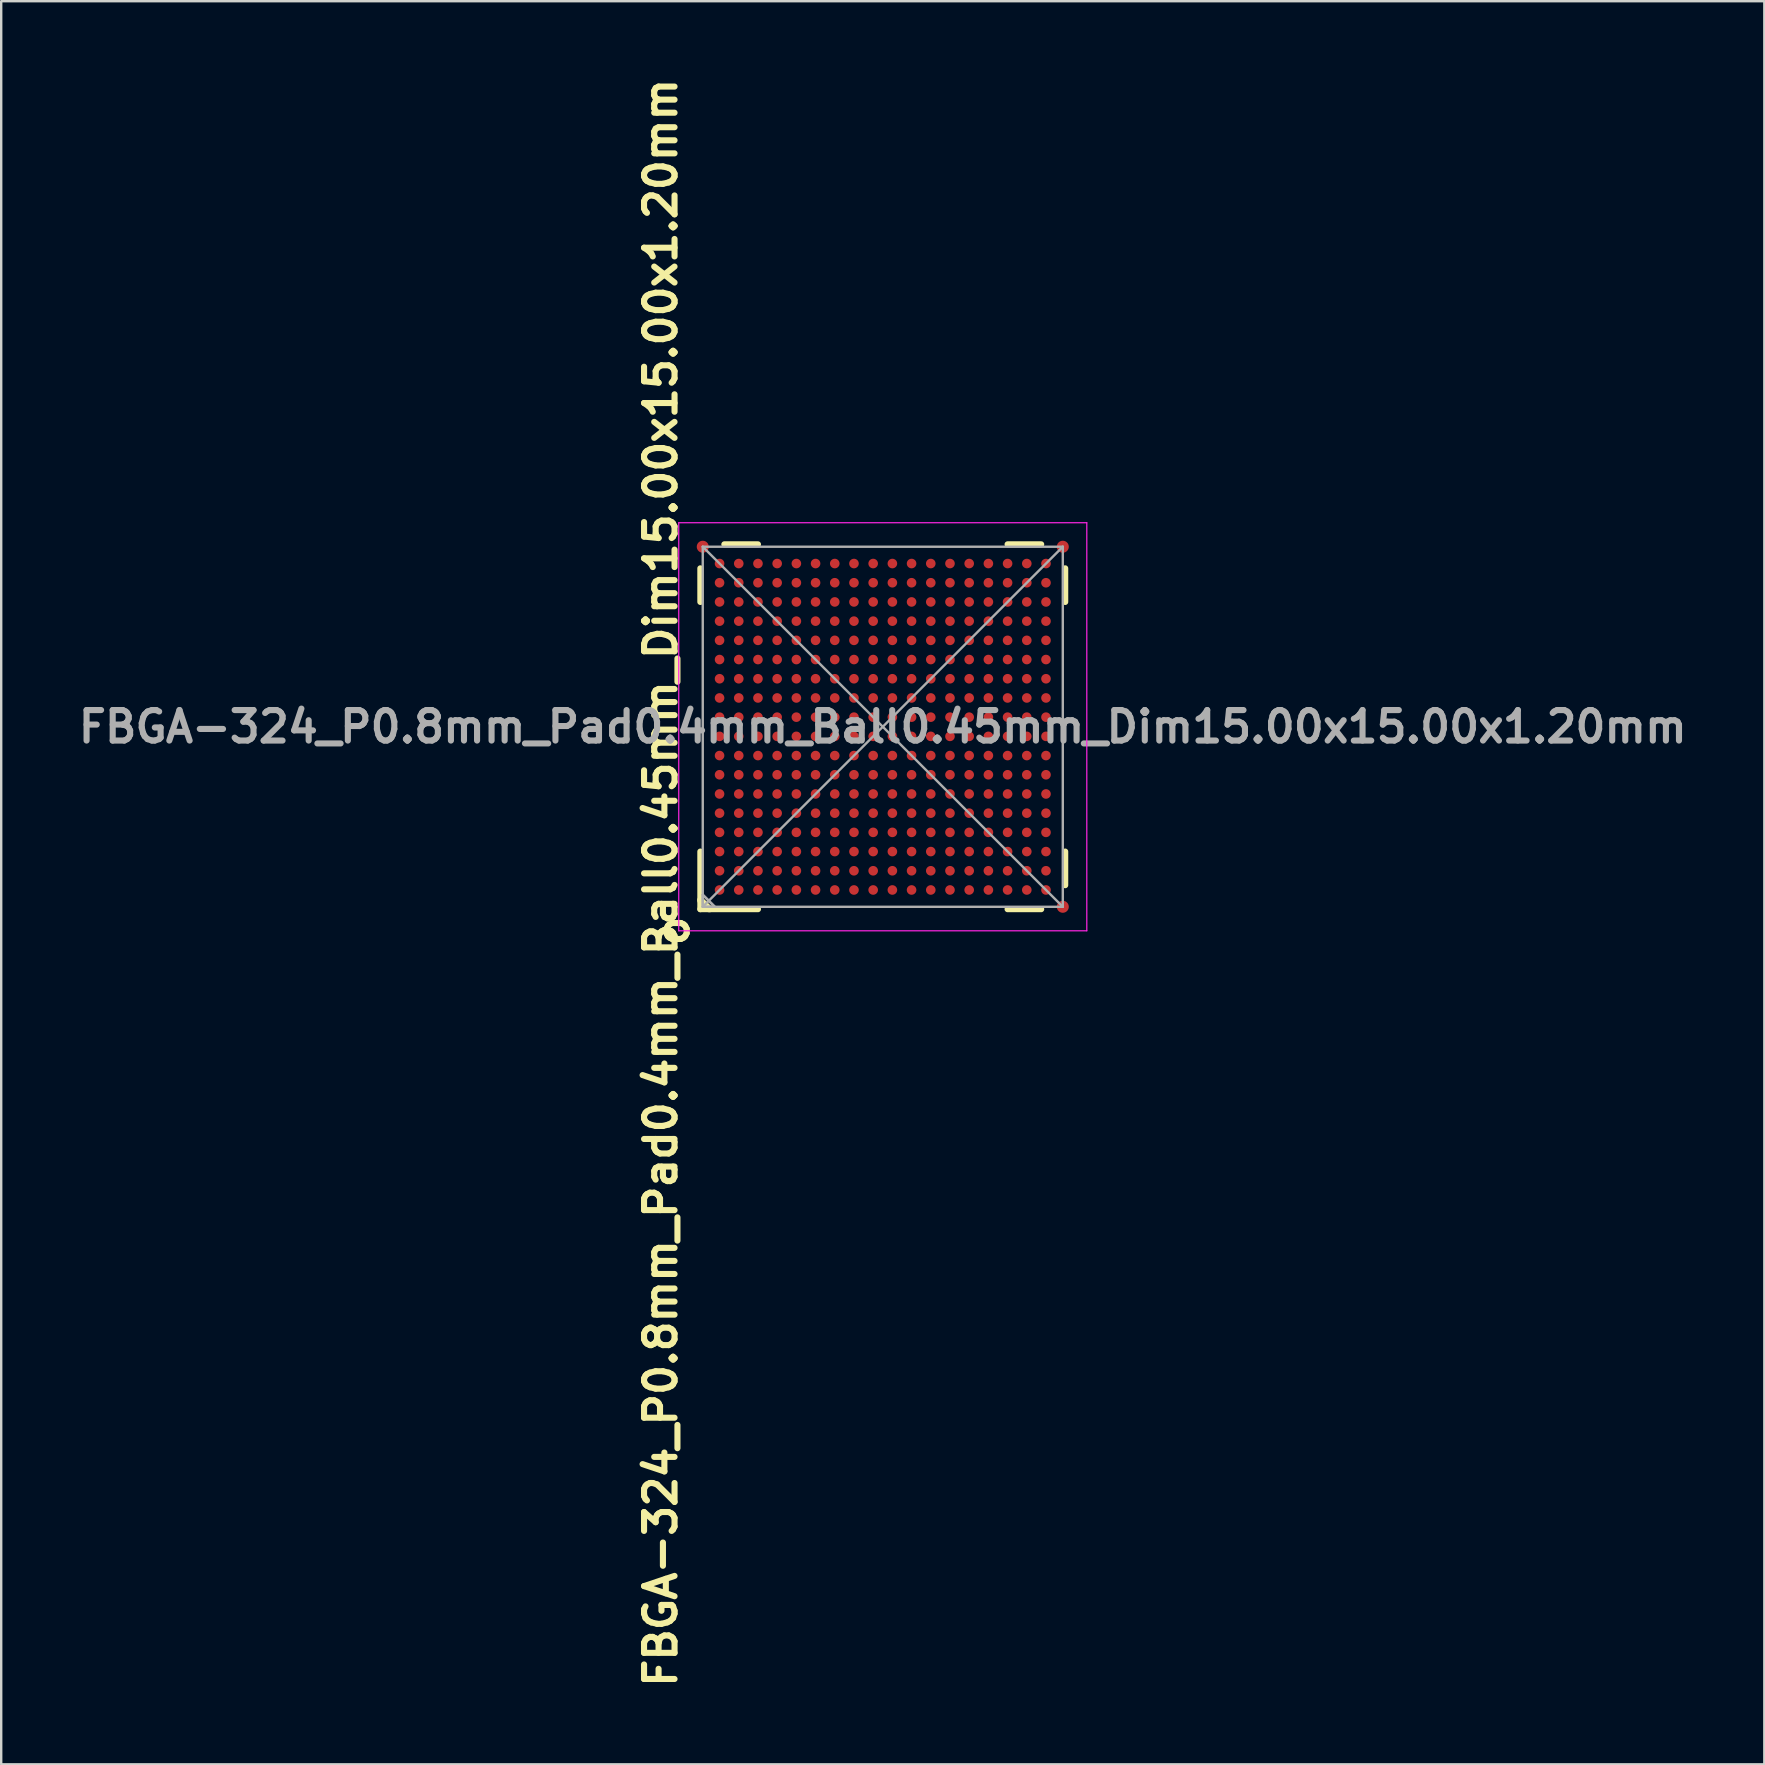
<source format=kicad_pcb>
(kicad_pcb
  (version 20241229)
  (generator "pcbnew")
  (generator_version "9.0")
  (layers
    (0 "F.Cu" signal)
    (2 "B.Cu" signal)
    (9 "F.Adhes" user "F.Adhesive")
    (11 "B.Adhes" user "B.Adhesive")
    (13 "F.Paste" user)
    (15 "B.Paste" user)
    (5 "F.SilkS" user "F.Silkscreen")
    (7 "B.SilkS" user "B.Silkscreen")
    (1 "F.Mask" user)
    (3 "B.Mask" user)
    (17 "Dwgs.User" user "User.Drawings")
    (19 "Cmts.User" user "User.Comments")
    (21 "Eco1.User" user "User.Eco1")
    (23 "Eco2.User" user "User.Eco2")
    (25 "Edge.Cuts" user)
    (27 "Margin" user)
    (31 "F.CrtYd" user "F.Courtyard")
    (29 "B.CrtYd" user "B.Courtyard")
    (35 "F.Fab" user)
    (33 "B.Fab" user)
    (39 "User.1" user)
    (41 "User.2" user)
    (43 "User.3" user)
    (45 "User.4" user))
  (footprint "FBGA-324_P0.8mm_Pad0.4mm_Ball0.45mm_Dim15.00x15.00x1.20mm"
    (layer "F.Cu")
    (at 33.728 27.228)
    (property "Reference" "FBGA-324_P0.8mm_Pad0.4mm_Ball0.45mm_Dim15.00x15.00x1.20mm" (at -9.25 6.5 90) (layer "F.SilkS") (effects (font (size 1.27 1.27) (thickness 0.254) (bold yes))))
    (attr smd)
    (fp_line (start -7.6 -5.2) (end -7.6 -6.6) (stroke (width 0.254) (type solid)) (layer "F.SilkS"))
    (fp_line (start -7.6 7.2) (end -7.2 7.6) (stroke (width 0.254) (type default)) (layer "F.SilkS"))
    (fp_line (start -7.6 7.25) (end -7.25 7.6) (stroke (width 0.254) (type default)) (layer "F.SilkS"))
    (fp_line (start -7.6 7.6) (end -7.6 5.2) (stroke (width 0.254) (type solid)) (layer "F.SilkS"))
    (fp_line (start -6.6 -7.6) (end -5.2 -7.6) (stroke (width 0.254) (type solid)) (layer "F.SilkS"))
    (fp_line (start -5.2 7.6) (end -7.6 7.6) (stroke (width 0.254) (type solid)) (layer "F.SilkS"))
    (fp_line (start 5.2 -7.6) (end 6.6 -7.6) (stroke (width 0.254) (type solid)) (layer "F.SilkS"))
    (fp_line (start 6.6 7.6) (end 5.2 7.6) (stroke (width 0.254) (type solid)) (layer "F.SilkS"))
    (fp_line (start 7.6 -6.6) (end 7.6 -5.2) (stroke (width 0.254) (type solid)) (layer "F.SilkS"))
    (fp_line (start 7.6 5.2) (end 7.6 6.6) (stroke (width 0.254) (type solid)) (layer "F.SilkS"))
    (fp_line (start -8.5 -8.5) (end -8.5 8.5) (stroke (width 0.05) (type solid)) (layer "F.CrtYd"))
    (fp_line (start -8.5 8.5) (end 8.5 8.5) (stroke (width 0.05) (type solid)) (layer "F.CrtYd"))
    (fp_line (start 8.5 -8.5) (end -8.5 -8.5) (stroke (width 0.05) (type solid)) (layer "F.CrtYd"))
    (fp_line (start 8.5 8.5) (end 8.5 -8.5) (stroke (width 0.05) (type solid)) (layer "F.CrtYd"))
    (fp_line (start -7.5 -7.5) (end 7.5 -7.5) (stroke (width 0.1) (type solid)) (layer "F.Fab"))
    (fp_line (start -7.5 -7.5) (end 7.5 7.5) (stroke (width 0.1) (type default)) (layer "F.Fab"))
    (fp_line (start -7.5 7.5) (end -7.5 -7.5) (stroke (width 0.1) (type solid)) (layer "F.Fab"))
    (fp_line (start -7 7.5) (end -7.5 7) (stroke (width 0.1) (type solid)) (layer "F.Fab"))
    (fp_line (start 7.5 -7.5) (end -7.5 7.5) (stroke (width 0.1) (type default)) (layer "F.Fab"))
    (fp_line (start 7.5 -7.5) (end 7.5 7.5) (stroke (width 0.1) (type solid)) (layer "F.Fab"))
    (fp_line (start 7.5 7.5) (end -7.5 7.5) (stroke (width 0.1) (type solid)) (layer "F.Fab"))
    (fp_poly (pts (xy -7.5 7) (xy -7.5 7.5) (xy -7 7.5)) (stroke (width 0.1) (type solid)) (fill no) (layer "F.Fab"))
    (fp_text user "o" (at -8 9.25 90) (unlocked yes) (layer "F.SilkS") (effects (font (size 1.27 1.27) (thickness 0.254) (bold yes)) (justify left bottom)))
    (fp_text user "${REFERENCE}" (at 0 0 180) (layer "F.Fab") (effects (font (size 1.27 1.27) (thickness 0.254) (bold yes))))
    (pad "" smd rect (at -6.8 -6.8 90) (size 0.42 0.42) (layers "F.Paste"))
    (pad "" smd rect (at -6.8 -6 90) (size 0.42 0.42) (layers "F.Paste"))
    (pad "" smd rect (at -6.8 -5.2 90) (size 0.42 0.42) (layers "F.Paste"))
    (pad "" smd rect (at -6.8 -4.4 90) (size 0.42 0.42) (layers "F.Paste"))
    (pad "" smd rect (at -6.8 -3.6 90) (size 0.42 0.42) (layers "F.Paste"))
    (pad "" smd rect (at -6.8 -2.8 90) (size 0.42 0.42) (layers "F.Paste"))
    (pad "" smd rect (at -6.8 -2 90) (size 0.42 0.42) (layers "F.Paste"))
    (pad "" smd rect (at -6.8 -1.2 90) (size 0.42 0.42) (layers "F.Paste"))
    (pad "" smd rect (at -6.8 -0.4 90) (size 0.42 0.42) (layers "F.Paste"))
    (pad "" smd rect (at -6.8 0.4 90) (size 0.42 0.42) (layers "F.Paste"))
    (pad "" smd rect (at -6.8 1.2 90) (size 0.42 0.42) (layers "F.Paste"))
    (pad "" smd rect (at -6.8 2 90) (size 0.42 0.42) (layers "F.Paste"))
    (pad "" smd rect (at -6.8 2.8 90) (size 0.42 0.42) (layers "F.Paste"))
    (pad "" smd rect (at -6.8 3.6 90) (size 0.42 0.42) (layers "F.Paste"))
    (pad "" smd rect (at -6.8 4.4 90) (size 0.42 0.42) (layers "F.Paste"))
    (pad "" smd rect (at -6.8 5.2 90) (size 0.42 0.42) (layers "F.Paste"))
    (pad "" smd rect (at -6.8 6 90) (size 0.42 0.42) (layers "F.Paste"))
    (pad "" smd rect (at -6.8 6.8 90) (size 0.42 0.42) (layers "F.Paste"))
    (pad "" smd rect (at -6 -6.8 90) (size 0.42 0.42) (layers "F.Paste"))
    (pad "" smd rect (at -6 -6 90) (size 0.42 0.42) (layers "F.Paste"))
    (pad "" smd rect (at -6 -5.2 90) (size 0.42 0.42) (layers "F.Paste"))
    (pad "" smd rect (at -6 -4.4 90) (size 0.42 0.42) (layers "F.Paste"))
    (pad "" smd rect (at -6 -3.6 90) (size 0.42 0.42) (layers "F.Paste"))
    (pad "" smd rect (at -6 -2.8 90) (size 0.42 0.42) (layers "F.Paste"))
    (pad "" smd rect (at -6 -2 90) (size 0.42 0.42) (layers "F.Paste"))
    (pad "" smd rect (at -6 -1.2 90) (size 0.42 0.42) (layers "F.Paste"))
    (pad "" smd rect (at -6 -0.4 90) (size 0.42 0.42) (layers "F.Paste"))
    (pad "" smd rect (at -6 0.4 90) (size 0.42 0.42) (layers "F.Paste"))
    (pad "" smd rect (at -6 1.2 90) (size 0.42 0.42) (layers "F.Paste"))
    (pad "" smd rect (at -6 2 90) (size 0.42 0.42) (layers "F.Paste"))
    (pad "" smd rect (at -6 2.8 90) (size 0.42 0.42) (layers "F.Paste"))
    (pad "" smd rect (at -6 3.6 90) (size 0.42 0.42) (layers "F.Paste"))
    (pad "" smd rect (at -6 4.4 90) (size 0.42 0.42) (layers "F.Paste"))
    (pad "" smd rect (at -6 5.2 90) (size 0.42 0.42) (layers "F.Paste"))
    (pad "" smd rect (at -6 6 90) (size 0.42 0.42) (layers "F.Paste"))
    (pad "" smd rect (at -6 6.8 90) (size 0.42 0.42) (layers "F.Paste"))
    (pad "" smd rect (at -5.2 -6.8 90) (size 0.42 0.42) (layers "F.Paste"))
    (pad "" smd rect (at -5.2 -6 90) (size 0.42 0.42) (layers "F.Paste"))
    (pad "" smd rect (at -5.2 -5.2 90) (size 0.42 0.42) (layers "F.Paste"))
    (pad "" smd rect (at -5.2 -4.4 90) (size 0.42 0.42) (layers "F.Paste"))
    (pad "" smd rect (at -5.2 -3.6 90) (size 0.42 0.42) (layers "F.Paste"))
    (pad "" smd rect (at -5.2 -2.8 90) (size 0.42 0.42) (layers "F.Paste"))
    (pad "" smd rect (at -5.2 -2 90) (size 0.42 0.42) (layers "F.Paste"))
    (pad "" smd rect (at -5.2 -1.2 90) (size 0.42 0.42) (layers "F.Paste"))
    (pad "" smd rect (at -5.2 -0.4 90) (size 0.42 0.42) (layers "F.Paste"))
    (pad "" smd rect (at -5.2 0.4 90) (size 0.42 0.42) (layers "F.Paste"))
    (pad "" smd rect (at -5.2 1.2 90) (size 0.42 0.42) (layers "F.Paste"))
    (pad "" smd rect (at -5.2 2 90) (size 0.42 0.42) (layers "F.Paste"))
    (pad "" smd rect (at -5.2 2.8 90) (size 0.42 0.42) (layers "F.Paste"))
    (pad "" smd rect (at -5.2 3.6 90) (size 0.42 0.42) (layers "F.Paste"))
    (pad "" smd rect (at -5.2 4.4 90) (size 0.42 0.42) (layers "F.Paste"))
    (pad "" smd rect (at -5.2 5.2 90) (size 0.42 0.42) (layers "F.Paste"))
    (pad "" smd rect (at -5.2 6 90) (size 0.42 0.42) (layers "F.Paste"))
    (pad "" smd rect (at -5.2 6.8 90) (size 0.42 0.42) (layers "F.Paste"))
    (pad "" smd rect (at -4.4 -6.8 90) (size 0.42 0.42) (layers "F.Paste"))
    (pad "" smd rect (at -4.4 -6 90) (size 0.42 0.42) (layers "F.Paste"))
    (pad "" smd rect (at -4.4 -5.2 90) (size 0.42 0.42) (layers "F.Paste"))
    (pad "" smd rect (at -4.4 -4.4 90) (size 0.42 0.42) (layers "F.Paste"))
    (pad "" smd rect (at -4.4 -3.6 90) (size 0.42 0.42) (layers "F.Paste"))
    (pad "" smd rect (at -4.4 -2.8 90) (size 0.42 0.42) (layers "F.Paste"))
    (pad "" smd rect (at -4.4 -2 90) (size 0.42 0.42) (layers "F.Paste"))
    (pad "" smd rect (at -4.4 -1.2 90) (size 0.42 0.42) (layers "F.Paste"))
    (pad "" smd rect (at -4.4 -0.4 90) (size 0.42 0.42) (layers "F.Paste"))
    (pad "" smd rect (at -4.4 0.4 90) (size 0.42 0.42) (layers "F.Paste"))
    (pad "" smd rect (at -4.4 1.2 90) (size 0.42 0.42) (layers "F.Paste"))
    (pad "" smd rect (at -4.4 2 90) (size 0.42 0.42) (layers "F.Paste"))
    (pad "" smd rect (at -4.4 2.8 90) (size 0.42 0.42) (layers "F.Paste"))
    (pad "" smd rect (at -4.4 3.6 90) (size 0.42 0.42) (layers "F.Paste"))
    (pad "" smd rect (at -4.4 4.4 90) (size 0.42 0.42) (layers "F.Paste"))
    (pad "" smd rect (at -4.4 5.2 90) (size 0.42 0.42) (layers "F.Paste"))
    (pad "" smd rect (at -4.4 6 90) (size 0.42 0.42) (layers "F.Paste"))
    (pad "" smd rect (at -4.4 6.8 90) (size 0.42 0.42) (layers "F.Paste"))
    (pad "" smd rect (at -3.6 -6.8 90) (size 0.42 0.42) (layers "F.Paste"))
    (pad "" smd rect (at -3.6 -6 90) (size 0.42 0.42) (layers "F.Paste"))
    (pad "" smd rect (at -3.6 -5.2 90) (size 0.42 0.42) (layers "F.Paste"))
    (pad "" smd rect (at -3.6 -4.4 90) (size 0.42 0.42) (layers "F.Paste"))
    (pad "" smd rect (at -3.6 -3.6 90) (size 0.42 0.42) (layers "F.Paste"))
    (pad "" smd rect (at -3.6 -2.8 90) (size 0.42 0.42) (layers "F.Paste"))
    (pad "" smd rect (at -3.6 -2 90) (size 0.42 0.42) (layers "F.Paste"))
    (pad "" smd rect (at -3.6 -1.2 90) (size 0.42 0.42) (layers "F.Paste"))
    (pad "" smd rect (at -3.6 -0.4 90) (size 0.42 0.42) (layers "F.Paste"))
    (pad "" smd rect (at -3.6 0.4 90) (size 0.42 0.42) (layers "F.Paste"))
    (pad "" smd rect (at -3.6 1.2 90) (size 0.42 0.42) (layers "F.Paste"))
    (pad "" smd rect (at -3.6 2 90) (size 0.42 0.42) (layers "F.Paste"))
    (pad "" smd rect (at -3.6 2.8 90) (size 0.42 0.42) (layers "F.Paste"))
    (pad "" smd rect (at -3.6 3.6 90) (size 0.42 0.42) (layers "F.Paste"))
    (pad "" smd rect (at -3.6 4.4 90) (size 0.42 0.42) (layers "F.Paste"))
    (pad "" smd rect (at -3.6 5.2 90) (size 0.42 0.42) (layers "F.Paste"))
    (pad "" smd rect (at -3.6 6 90) (size 0.42 0.42) (layers "F.Paste"))
    (pad "" smd rect (at -3.6 6.8 90) (size 0.42 0.42) (layers "F.Paste"))
    (pad "" smd rect (at -2.8 -6.8 90) (size 0.42 0.42) (layers "F.Paste"))
    (pad "" smd rect (at -2.8 -6 90) (size 0.42 0.42) (layers "F.Paste"))
    (pad "" smd rect (at -2.8 -5.2 90) (size 0.42 0.42) (layers "F.Paste"))
    (pad "" smd rect (at -2.8 -4.4 90) (size 0.42 0.42) (layers "F.Paste"))
    (pad "" smd rect (at -2.8 -3.6 90) (size 0.42 0.42) (layers "F.Paste"))
    (pad "" smd rect (at -2.8 -2.8 90) (size 0.42 0.42) (layers "F.Paste"))
    (pad "" smd rect (at -2.8 -2 90) (size 0.42 0.42) (layers "F.Paste"))
    (pad "" smd rect (at -2.8 -1.2 90) (size 0.42 0.42) (layers "F.Paste"))
    (pad "" smd rect (at -2.8 -0.4 90) (size 0.42 0.42) (layers "F.Paste"))
    (pad "" smd rect (at -2.8 0.4 90) (size 0.42 0.42) (layers "F.Paste"))
    (pad "" smd rect (at -2.8 1.2 90) (size 0.42 0.42) (layers "F.Paste"))
    (pad "" smd rect (at -2.8 2 90) (size 0.42 0.42) (layers "F.Paste"))
    (pad "" smd rect (at -2.8 2.8 90) (size 0.42 0.42) (layers "F.Paste"))
    (pad "" smd rect (at -2.8 3.6 90) (size 0.42 0.42) (layers "F.Paste"))
    (pad "" smd rect (at -2.8 4.4 90) (size 0.42 0.42) (layers "F.Paste"))
    (pad "" smd rect (at -2.8 5.2 90) (size 0.42 0.42) (layers "F.Paste"))
    (pad "" smd rect (at -2.8 6 90) (size 0.42 0.42) (layers "F.Paste"))
    (pad "" smd rect (at -2.8 6.8 90) (size 0.42 0.42) (layers "F.Paste"))
    (pad "" smd rect (at -2 -6.8 90) (size 0.42 0.42) (layers "F.Paste"))
    (pad "" smd rect (at -2 -6 90) (size 0.42 0.42) (layers "F.Paste"))
    (pad "" smd rect (at -2 -5.2 90) (size 0.42 0.42) (layers "F.Paste"))
    (pad "" smd rect (at -2 -4.4 90) (size 0.42 0.42) (layers "F.Paste"))
    (pad "" smd rect (at -2 -3.6 90) (size 0.42 0.42) (layers "F.Paste"))
    (pad "" smd rect (at -2 -2.8 90) (size 0.42 0.42) (layers "F.Paste"))
    (pad "" smd rect (at -2 -2 90) (size 0.42 0.42) (layers "F.Paste"))
    (pad "" smd rect (at -2 -1.2 90) (size 0.42 0.42) (layers "F.Paste"))
    (pad "" smd rect (at -2 -0.4 90) (size 0.42 0.42) (layers "F.Paste"))
    (pad "" smd rect (at -2 0.4 90) (size 0.42 0.42) (layers "F.Paste"))
    (pad "" smd rect (at -2 1.2 90) (size 0.42 0.42) (layers "F.Paste"))
    (pad "" smd rect (at -2 2 90) (size 0.42 0.42) (layers "F.Paste"))
    (pad "" smd rect (at -2 2.8 90) (size 0.42 0.42) (layers "F.Paste"))
    (pad "" smd rect (at -2 3.6 90) (size 0.42 0.42) (layers "F.Paste"))
    (pad "" smd rect (at -2 4.4 90) (size 0.42 0.42) (layers "F.Paste"))
    (pad "" smd rect (at -2 5.2 90) (size 0.42 0.42) (layers "F.Paste"))
    (pad "" smd rect (at -2 6 90) (size 0.42 0.42) (layers "F.Paste"))
    (pad "" smd rect (at -2 6.8 90) (size 0.42 0.42) (layers "F.Paste"))
    (pad "" smd rect (at -1.2 -6.8 90) (size 0.42 0.42) (layers "F.Paste"))
    (pad "" smd rect (at -1.2 -6 90) (size 0.42 0.42) (layers "F.Paste"))
    (pad "" smd rect (at -1.2 -5.2 90) (size 0.42 0.42) (layers "F.Paste"))
    (pad "" smd rect (at -1.2 -4.4 90) (size 0.42 0.42) (layers "F.Paste"))
    (pad "" smd rect (at -1.2 -3.6 90) (size 0.42 0.42) (layers "F.Paste"))
    (pad "" smd rect (at -1.2 -2.8 90) (size 0.42 0.42) (layers "F.Paste"))
    (pad "" smd rect (at -1.2 -2 90) (size 0.42 0.42) (layers "F.Paste"))
    (pad "" smd rect (at -1.2 -1.2 90) (size 0.42 0.42) (layers "F.Paste"))
    (pad "" smd rect (at -1.2 -0.4 90) (size 0.42 0.42) (layers "F.Paste"))
    (pad "" smd rect (at -1.2 0.4 90) (size 0.42 0.42) (layers "F.Paste"))
    (pad "" smd rect (at -1.2 1.2 90) (size 0.42 0.42) (layers "F.Paste"))
    (pad "" smd rect (at -1.2 2 90) (size 0.42 0.42) (layers "F.Paste"))
    (pad "" smd rect (at -1.2 2.8 90) (size 0.42 0.42) (layers "F.Paste"))
    (pad "" smd rect (at -1.2 3.6 90) (size 0.42 0.42) (layers "F.Paste"))
    (pad "" smd rect (at -1.2 4.4 90) (size 0.42 0.42) (layers "F.Paste"))
    (pad "" smd rect (at -1.2 5.2 90) (size 0.42 0.42) (layers "F.Paste"))
    (pad "" smd rect (at -1.2 6 90) (size 0.42 0.42) (layers "F.Paste"))
    (pad "" smd rect (at -1.2 6.8 90) (size 0.42 0.42) (layers "F.Paste"))
    (pad "" smd rect (at -0.4 -6.8 90) (size 0.42 0.42) (layers "F.Paste"))
    (pad "" smd rect (at -0.4 -6 90) (size 0.42 0.42) (layers "F.Paste"))
    (pad "" smd rect (at -0.4 -5.2 90) (size 0.42 0.42) (layers "F.Paste"))
    (pad "" smd rect (at -0.4 -4.4 90) (size 0.42 0.42) (layers "F.Paste"))
    (pad "" smd rect (at -0.4 -3.6 90) (size 0.42 0.42) (layers "F.Paste"))
    (pad "" smd rect (at -0.4 -2.8 90) (size 0.42 0.42) (layers "F.Paste"))
    (pad "" smd rect (at -0.4 -2 90) (size 0.42 0.42) (layers "F.Paste"))
    (pad "" smd rect (at -0.4 -1.2 90) (size 0.42 0.42) (layers "F.Paste"))
    (pad "" smd rect (at -0.4 -0.4 90) (size 0.42 0.42) (layers "F.Paste"))
    (pad "" smd rect (at -0.4 0.4 90) (size 0.42 0.42) (layers "F.Paste"))
    (pad "" smd rect (at -0.4 1.2 90) (size 0.42 0.42) (layers "F.Paste"))
    (pad "" smd rect (at -0.4 2 90) (size 0.42 0.42) (layers "F.Paste"))
    (pad "" smd rect (at -0.4 2.8 90) (size 0.42 0.42) (layers "F.Paste"))
    (pad "" smd rect (at -0.4 3.6 90) (size 0.42 0.42) (layers "F.Paste"))
    (pad "" smd rect (at -0.4 4.4 90) (size 0.42 0.42) (layers "F.Paste"))
    (pad "" smd rect (at -0.4 5.2 90) (size 0.42 0.42) (layers "F.Paste"))
    (pad "" smd rect (at -0.4 6 90) (size 0.42 0.42) (layers "F.Paste"))
    (pad "" smd rect (at -0.4 6.8 90) (size 0.42 0.42) (layers "F.Paste"))
    (pad "" smd rect (at 0.4 -6.8 90) (size 0.42 0.42) (layers "F.Paste"))
    (pad "" smd rect (at 0.4 -6 90) (size 0.42 0.42) (layers "F.Paste"))
    (pad "" smd rect (at 0.4 -5.2 90) (size 0.42 0.42) (layers "F.Paste"))
    (pad "" smd rect (at 0.4 -4.4 90) (size 0.42 0.42) (layers "F.Paste"))
    (pad "" smd rect (at 0.4 -3.6 90) (size 0.42 0.42) (layers "F.Paste"))
    (pad "" smd rect (at 0.4 -2.8 90) (size 0.42 0.42) (layers "F.Paste"))
    (pad "" smd rect (at 0.4 -2 90) (size 0.42 0.42) (layers "F.Paste"))
    (pad "" smd rect (at 0.4 -1.2 90) (size 0.42 0.42) (layers "F.Paste"))
    (pad "" smd rect (at 0.4 -0.4 90) (size 0.42 0.42) (layers "F.Paste"))
    (pad "" smd rect (at 0.4 0.4 90) (size 0.42 0.42) (layers "F.Paste"))
    (pad "" smd rect (at 0.4 1.2 90) (size 0.42 0.42) (layers "F.Paste"))
    (pad "" smd rect (at 0.4 2 90) (size 0.42 0.42) (layers "F.Paste"))
    (pad "" smd rect (at 0.4 2.8 90) (size 0.42 0.42) (layers "F.Paste"))
    (pad "" smd rect (at 0.4 3.6 90) (size 0.42 0.42) (layers "F.Paste"))
    (pad "" smd rect (at 0.4 4.4 90) (size 0.42 0.42) (layers "F.Paste"))
    (pad "" smd rect (at 0.4 5.2 90) (size 0.42 0.42) (layers "F.Paste"))
    (pad "" smd rect (at 0.4 6 90) (size 0.42 0.42) (layers "F.Paste"))
    (pad "" smd rect (at 0.4 6.8 90) (size 0.42 0.42) (layers "F.Paste"))
    (pad "" smd rect (at 1.2 -6.8 90) (size 0.42 0.42) (layers "F.Paste"))
    (pad "" smd rect (at 1.2 -6 90) (size 0.42 0.42) (layers "F.Paste"))
    (pad "" smd rect (at 1.2 -5.2 90) (size 0.42 0.42) (layers "F.Paste"))
    (pad "" smd rect (at 1.2 -4.4 90) (size 0.42 0.42) (layers "F.Paste"))
    (pad "" smd rect (at 1.2 -3.6 90) (size 0.42 0.42) (layers "F.Paste"))
    (pad "" smd rect (at 1.2 -2.8 90) (size 0.42 0.42) (layers "F.Paste"))
    (pad "" smd rect (at 1.2 -2 90) (size 0.42 0.42) (layers "F.Paste"))
    (pad "" smd rect (at 1.2 -1.2 90) (size 0.42 0.42) (layers "F.Paste"))
    (pad "" smd rect (at 1.2 -0.4 90) (size 0.42 0.42) (layers "F.Paste"))
    (pad "" smd rect (at 1.2 0.4 90) (size 0.42 0.42) (layers "F.Paste"))
    (pad "" smd rect (at 1.2 1.2 90) (size 0.42 0.42) (layers "F.Paste"))
    (pad "" smd rect (at 1.2 2 90) (size 0.42 0.42) (layers "F.Paste"))
    (pad "" smd rect (at 1.2 2.8 90) (size 0.42 0.42) (layers "F.Paste"))
    (pad "" smd rect (at 1.2 3.6 90) (size 0.42 0.42) (layers "F.Paste"))
    (pad "" smd rect (at 1.2 4.4 90) (size 0.42 0.42) (layers "F.Paste"))
    (pad "" smd rect (at 1.2 5.2 90) (size 0.42 0.42) (layers "F.Paste"))
    (pad "" smd rect (at 1.2 6 90) (size 0.42 0.42) (layers "F.Paste"))
    (pad "" smd rect (at 1.2 6.8 90) (size 0.42 0.42) (layers "F.Paste"))
    (pad "" smd rect (at 2 -6.8 90) (size 0.42 0.42) (layers "F.Paste"))
    (pad "" smd rect (at 2 -6 90) (size 0.42 0.42) (layers "F.Paste"))
    (pad "" smd rect (at 2 -5.2 90) (size 0.42 0.42) (layers "F.Paste"))
    (pad "" smd rect (at 2 -4.4 90) (size 0.42 0.42) (layers "F.Paste"))
    (pad "" smd rect (at 2 -3.6 90) (size 0.42 0.42) (layers "F.Paste"))
    (pad "" smd rect (at 2 -2.8 90) (size 0.42 0.42) (layers "F.Paste"))
    (pad "" smd rect (at 2 -2 90) (size 0.42 0.42) (layers "F.Paste"))
    (pad "" smd rect (at 2 -1.2 90) (size 0.42 0.42) (layers "F.Paste"))
    (pad "" smd rect (at 2 -0.4 90) (size 0.42 0.42) (layers "F.Paste"))
    (pad "" smd rect (at 2 0.4 90) (size 0.42 0.42) (layers "F.Paste"))
    (pad "" smd rect (at 2 1.2 90) (size 0.42 0.42) (layers "F.Paste"))
    (pad "" smd rect (at 2 2 90) (size 0.42 0.42) (layers "F.Paste"))
    (pad "" smd rect (at 2 2.8 90) (size 0.42 0.42) (layers "F.Paste"))
    (pad "" smd rect (at 2 3.6 90) (size 0.42 0.42) (layers "F.Paste"))
    (pad "" smd rect (at 2 4.4 90) (size 0.42 0.42) (layers "F.Paste"))
    (pad "" smd rect (at 2 5.2 90) (size 0.42 0.42) (layers "F.Paste"))
    (pad "" smd rect (at 2 6 90) (size 0.42 0.42) (layers "F.Paste"))
    (pad "" smd rect (at 2 6.8 90) (size 0.42 0.42) (layers "F.Paste"))
    (pad "" smd rect (at 2.8 -6.8 90) (size 0.42 0.42) (layers "F.Paste"))
    (pad "" smd rect (at 2.8 -6 90) (size 0.42 0.42) (layers "F.Paste"))
    (pad "" smd rect (at 2.8 -5.2 90) (size 0.42 0.42) (layers "F.Paste"))
    (pad "" smd rect (at 2.8 -4.4 90) (size 0.42 0.42) (layers "F.Paste"))
    (pad "" smd rect (at 2.8 -3.6 90) (size 0.42 0.42) (layers "F.Paste"))
    (pad "" smd rect (at 2.8 -2.8 90) (size 0.42 0.42) (layers "F.Paste"))
    (pad "" smd rect (at 2.8 -2 90) (size 0.42 0.42) (layers "F.Paste"))
    (pad "" smd rect (at 2.8 -1.2 90) (size 0.42 0.42) (layers "F.Paste"))
    (pad "" smd rect (at 2.8 -0.4 90) (size 0.42 0.42) (layers "F.Paste"))
    (pad "" smd rect (at 2.8 0.4 90) (size 0.42 0.42) (layers "F.Paste"))
    (pad "" smd rect (at 2.8 1.2 90) (size 0.42 0.42) (layers "F.Paste"))
    (pad "" smd rect (at 2.8 2 90) (size 0.42 0.42) (layers "F.Paste"))
    (pad "" smd rect (at 2.8 2.8 90) (size 0.42 0.42) (layers "F.Paste"))
    (pad "" smd rect (at 2.8 3.6 90) (size 0.42 0.42) (layers "F.Paste"))
    (pad "" smd rect (at 2.8 4.4 90) (size 0.42 0.42) (layers "F.Paste"))
    (pad "" smd rect (at 2.8 5.2 90) (size 0.42 0.42) (layers "F.Paste"))
    (pad "" smd rect (at 2.8 6 90) (size 0.42 0.42) (layers "F.Paste"))
    (pad "" smd rect (at 2.8 6.8 90) (size 0.42 0.42) (layers "F.Paste"))
    (pad "" smd rect (at 3.6 -6.8 90) (size 0.42 0.42) (layers "F.Paste"))
    (pad "" smd rect (at 3.6 -6 90) (size 0.42 0.42) (layers "F.Paste"))
    (pad "" smd rect (at 3.6 -5.2 90) (size 0.42 0.42) (layers "F.Paste"))
    (pad "" smd rect (at 3.6 -4.4 90) (size 0.42 0.42) (layers "F.Paste"))
    (pad "" smd rect (at 3.6 -3.6 90) (size 0.42 0.42) (layers "F.Paste"))
    (pad "" smd rect (at 3.6 -2.8 90) (size 0.42 0.42) (layers "F.Paste"))
    (pad "" smd rect (at 3.6 -2 90) (size 0.42 0.42) (layers "F.Paste"))
    (pad "" smd rect (at 3.6 -1.2 90) (size 0.42 0.42) (layers "F.Paste"))
    (pad "" smd rect (at 3.6 -0.4 90) (size 0.42 0.42) (layers "F.Paste"))
    (pad "" smd rect (at 3.6 0.4 90) (size 0.42 0.42) (layers "F.Paste"))
    (pad "" smd rect (at 3.6 1.2 90) (size 0.42 0.42) (layers "F.Paste"))
    (pad "" smd rect (at 3.6 2 90) (size 0.42 0.42) (layers "F.Paste"))
    (pad "" smd rect (at 3.6 2.8 90) (size 0.42 0.42) (layers "F.Paste"))
    (pad "" smd rect (at 3.6 3.6 90) (size 0.42 0.42) (layers "F.Paste"))
    (pad "" smd rect (at 3.6 4.4 90) (size 0.42 0.42) (layers "F.Paste"))
    (pad "" smd rect (at 3.6 5.2 90) (size 0.42 0.42) (layers "F.Paste"))
    (pad "" smd rect (at 3.6 6 90) (size 0.42 0.42) (layers "F.Paste"))
    (pad "" smd rect (at 3.6 6.8 90) (size 0.42 0.42) (layers "F.Paste"))
    (pad "" smd rect (at 4.4 -6.8 90) (size 0.42 0.42) (layers "F.Paste"))
    (pad "" smd rect (at 4.4 -6 90) (size 0.42 0.42) (layers "F.Paste"))
    (pad "" smd rect (at 4.4 -5.2 90) (size 0.42 0.42) (layers "F.Paste"))
    (pad "" smd rect (at 4.4 -4.4 90) (size 0.42 0.42) (layers "F.Paste"))
    (pad "" smd rect (at 4.4 -3.6 90) (size 0.42 0.42) (layers "F.Paste"))
    (pad "" smd rect (at 4.4 -2.8 90) (size 0.42 0.42) (layers "F.Paste"))
    (pad "" smd rect (at 4.4 -2 90) (size 0.42 0.42) (layers "F.Paste"))
    (pad "" smd rect (at 4.4 -1.2 90) (size 0.42 0.42) (layers "F.Paste"))
    (pad "" smd rect (at 4.4 -0.4 90) (size 0.42 0.42) (layers "F.Paste"))
    (pad "" smd rect (at 4.4 0.4 90) (size 0.42 0.42) (layers "F.Paste"))
    (pad "" smd rect (at 4.4 1.2 90) (size 0.42 0.42) (layers "F.Paste"))
    (pad "" smd rect (at 4.4 2 90) (size 0.42 0.42) (layers "F.Paste"))
    (pad "" smd rect (at 4.4 2.8 90) (size 0.42 0.42) (layers "F.Paste"))
    (pad "" smd rect (at 4.4 3.6 90) (size 0.42 0.42) (layers "F.Paste"))
    (pad "" smd rect (at 4.4 4.4 90) (size 0.42 0.42) (layers "F.Paste"))
    (pad "" smd rect (at 4.4 5.2 90) (size 0.42 0.42) (layers "F.Paste"))
    (pad "" smd rect (at 4.4 6 90) (size 0.42 0.42) (layers "F.Paste"))
    (pad "" smd rect (at 4.4 6.8 90) (size 0.42 0.42) (layers "F.Paste"))
    (pad "" smd rect (at 5.2 -6.8 90) (size 0.42 0.42) (layers "F.Paste"))
    (pad "" smd rect (at 5.2 -6 90) (size 0.42 0.42) (layers "F.Paste"))
    (pad "" smd rect (at 5.2 -5.2 90) (size 0.42 0.42) (layers "F.Paste"))
    (pad "" smd rect (at 5.2 -4.4 90) (size 0.42 0.42) (layers "F.Paste"))
    (pad "" smd rect (at 5.2 -3.6 90) (size 0.42 0.42) (layers "F.Paste"))
    (pad "" smd rect (at 5.2 -2.8 90) (size 0.42 0.42) (layers "F.Paste"))
    (pad "" smd rect (at 5.2 -2 90) (size 0.42 0.42) (layers "F.Paste"))
    (pad "" smd rect (at 5.2 -1.2 90) (size 0.42 0.42) (layers "F.Paste"))
    (pad "" smd rect (at 5.2 -0.4 90) (size 0.42 0.42) (layers "F.Paste"))
    (pad "" smd rect (at 5.2 0.4 90) (size 0.42 0.42) (layers "F.Paste"))
    (pad "" smd rect (at 5.2 1.2 90) (size 0.42 0.42) (layers "F.Paste"))
    (pad "" smd rect (at 5.2 2 90) (size 0.42 0.42) (layers "F.Paste"))
    (pad "" smd rect (at 5.2 2.8 90) (size 0.42 0.42) (layers "F.Paste"))
    (pad "" smd rect (at 5.2 3.6 90) (size 0.42 0.42) (layers "F.Paste"))
    (pad "" smd rect (at 5.2 4.4 90) (size 0.42 0.42) (layers "F.Paste"))
    (pad "" smd rect (at 5.2 5.2 90) (size 0.42 0.42) (layers "F.Paste"))
    (pad "" smd rect (at 5.2 6 90) (size 0.42 0.42) (layers "F.Paste"))
    (pad "" smd rect (at 5.2 6.8 90) (size 0.42 0.42) (layers "F.Paste"))
    (pad "" smd rect (at 6 -6.8 90) (size 0.42 0.42) (layers "F.Paste"))
    (pad "" smd rect (at 6 -6 90) (size 0.42 0.42) (layers "F.Paste"))
    (pad "" smd rect (at 6 -5.2 90) (size 0.42 0.42) (layers "F.Paste"))
    (pad "" smd rect (at 6 -4.4 90) (size 0.42 0.42) (layers "F.Paste"))
    (pad "" smd rect (at 6 -3.6 90) (size 0.42 0.42) (layers "F.Paste"))
    (pad "" smd rect (at 6 -2.8 90) (size 0.42 0.42) (layers "F.Paste"))
    (pad "" smd rect (at 6 -2 90) (size 0.42 0.42) (layers "F.Paste"))
    (pad "" smd rect (at 6 -1.2 90) (size 0.42 0.42) (layers "F.Paste"))
    (pad "" smd rect (at 6 -0.4 90) (size 0.42 0.42) (layers "F.Paste"))
    (pad "" smd rect (at 6 0.4 90) (size 0.42 0.42) (layers "F.Paste"))
    (pad "" smd rect (at 6 1.2 90) (size 0.42 0.42) (layers "F.Paste"))
    (pad "" smd rect (at 6 2 90) (size 0.42 0.42) (layers "F.Paste"))
    (pad "" smd rect (at 6 2.8 90) (size 0.42 0.42) (layers "F.Paste"))
    (pad "" smd rect (at 6 3.6 90) (size 0.42 0.42) (layers "F.Paste"))
    (pad "" smd rect (at 6 4.4 90) (size 0.42 0.42) (layers "F.Paste"))
    (pad "" smd rect (at 6 5.2 90) (size 0.42 0.42) (layers "F.Paste"))
    (pad "" smd rect (at 6 6 90) (size 0.42 0.42) (layers "F.Paste"))
    (pad "" smd rect (at 6 6.8 90) (size 0.42 0.42) (layers "F.Paste"))
    (pad "" smd rect (at 6.8 -6.8 90) (size 0.42 0.42) (layers "F.Paste"))
    (pad "" smd rect (at 6.8 -6 90) (size 0.42 0.42) (layers "F.Paste"))
    (pad "" smd rect (at 6.8 -5.2 90) (size 0.42 0.42) (layers "F.Paste"))
    (pad "" smd rect (at 6.8 -4.4 90) (size 0.42 0.42) (layers "F.Paste"))
    (pad "" smd rect (at 6.8 -3.6 90) (size 0.42 0.42) (layers "F.Paste"))
    (pad "" smd rect (at 6.8 -2.8 90) (size 0.42 0.42) (layers "F.Paste"))
    (pad "" smd rect (at 6.8 -2 90) (size 0.42 0.42) (layers "F.Paste"))
    (pad "" smd rect (at 6.8 -1.2 90) (size 0.42 0.42) (layers "F.Paste"))
    (pad "" smd rect (at 6.8 -0.4 90) (size 0.42 0.42) (layers "F.Paste"))
    (pad "" smd rect (at 6.8 0.4 90) (size 0.42 0.42) (layers "F.Paste"))
    (pad "" smd rect (at 6.8 1.2 90) (size 0.42 0.42) (layers "F.Paste"))
    (pad "" smd rect (at 6.8 2 90) (size 0.42 0.42) (layers "F.Paste"))
    (pad "" smd rect (at 6.8 2.8 90) (size 0.42 0.42) (layers "F.Paste"))
    (pad "" smd rect (at 6.8 3.6 90) (size 0.42 0.42) (layers "F.Paste"))
    (pad "" smd rect (at 6.8 4.4 90) (size 0.42 0.42) (layers "F.Paste"))
    (pad "" smd rect (at 6.8 5.2 90) (size 0.42 0.42) (layers "F.Paste"))
    (pad "" smd rect (at 6.8 6 90) (size 0.42 0.42) (layers "F.Paste"))
    (pad "" smd rect (at 6.8 6.8 90) (size 0.42 0.42) (layers "F.Paste"))
    (pad "A1" smd circle (at -6.8 6.8 90) (size 0.4 0.4) (layers "F.Cu" "F.Mask"))
    (pad "A2" smd circle (at -6.8 6 90) (size 0.4 0.4) (layers "F.Cu" "F.Mask"))
    (pad "A3" smd circle (at -6.8 5.2 90) (size 0.4 0.4) (layers "F.Cu" "F.Mask"))
    (pad "A4" smd circle (at -6.8 4.4 90) (size 0.4 0.4) (layers "F.Cu" "F.Mask"))
    (pad "A5" smd circle (at -6.8 3.6 90) (size 0.4 0.4) (layers "F.Cu" "F.Mask"))
    (pad "A6" smd circle (at -6.8 2.8 90) (size 0.4 0.4) (layers "F.Cu" "F.Mask"))
    (pad "A7" smd circle (at -6.8 2 90) (size 0.4 0.4) (layers "F.Cu" "F.Mask"))
    (pad "A8" smd circle (at -6.8 1.2 90) (size 0.4 0.4) (layers "F.Cu" "F.Mask"))
    (pad "A9" smd circle (at -6.8 0.4 90) (size 0.4 0.4) (layers "F.Cu" "F.Mask"))
    (pad "A10" smd circle (at -6.8 -0.4 90) (size 0.4 0.4) (layers "F.Cu" "F.Mask"))
    (pad "A11" smd circle (at -6.8 -1.2 90) (size 0.4 0.4) (layers "F.Cu" "F.Mask"))
    (pad "A12" smd circle (at -6.8 -2 90) (size 0.4 0.4) (layers "F.Cu" "F.Mask"))
    (pad "A13" smd circle (at -6.8 -2.8 90) (size 0.4 0.4) (layers "F.Cu" "F.Mask"))
    (pad "A14" smd circle (at -6.8 -3.6 90) (size 0.4 0.4) (layers "F.Cu" "F.Mask"))
    (pad "A15" smd circle (at -6.8 -4.4 90) (size 0.4 0.4) (layers "F.Cu" "F.Mask"))
    (pad "A16" smd circle (at -6.8 -5.2 90) (size 0.4 0.4) (layers "F.Cu" "F.Mask"))
    (pad "A17" smd circle (at -6.8 -6 90) (size 0.4 0.4) (layers "F.Cu" "F.Mask"))
    (pad "A18" smd circle (at -6.8 -6.8 90) (size 0.4 0.4) (layers "F.Cu" "F.Mask"))
    (pad "B1" smd circle (at -6 6.8 90) (size 0.4 0.4) (layers "F.Cu" "F.Mask"))
    (pad "B2" smd circle (at -6 6 90) (size 0.4 0.4) (layers "F.Cu" "F.Mask"))
    (pad "B3" smd circle (at -6 5.2 90) (size 0.4 0.4) (layers "F.Cu" "F.Mask"))
    (pad "B4" smd circle (at -6 4.4 90) (size 0.4 0.4) (layers "F.Cu" "F.Mask"))
    (pad "B5" smd circle (at -6 3.6 90) (size 0.4 0.4) (layers "F.Cu" "F.Mask"))
    (pad "B6" smd circle (at -6 2.8 90) (size 0.4 0.4) (layers "F.Cu" "F.Mask"))
    (pad "B7" smd circle (at -6 2 90) (size 0.4 0.4) (layers "F.Cu" "F.Mask"))
    (pad "B8" smd circle (at -6 1.2 90) (size 0.4 0.4) (layers "F.Cu" "F.Mask"))
    (pad "B9" smd circle (at -6 0.4 90) (size 0.4 0.4) (layers "F.Cu" "F.Mask"))
    (pad "B10" smd circle (at -6 -0.4 90) (size 0.4 0.4) (layers "F.Cu" "F.Mask"))
    (pad "B11" smd circle (at -6 -1.2 90) (size 0.4 0.4) (layers "F.Cu" "F.Mask"))
    (pad "B12" smd circle (at -6 -2 90) (size 0.4 0.4) (layers "F.Cu" "F.Mask"))
    (pad "B13" smd circle (at -6 -2.8 90) (size 0.4 0.4) (layers "F.Cu" "F.Mask"))
    (pad "B14" smd circle (at -6 -3.6 90) (size 0.4 0.4) (layers "F.Cu" "F.Mask"))
    (pad "B15" smd circle (at -6 -4.4 90) (size 0.4 0.4) (layers "F.Cu" "F.Mask"))
    (pad "B16" smd circle (at -6 -5.2 90) (size 0.4 0.4) (layers "F.Cu" "F.Mask"))
    (pad "B17" smd circle (at -6 -6 90) (size 0.4 0.4) (layers "F.Cu" "F.Mask"))
    (pad "B18" smd circle (at -6 -6.8 90) (size 0.4 0.4) (layers "F.Cu" "F.Mask"))
    (pad "C1" smd circle (at -5.2 6.8 90) (size 0.4 0.4) (layers "F.Cu" "F.Mask"))
    (pad "C2" smd circle (at -5.2 6 90) (size 0.4 0.4) (layers "F.Cu" "F.Mask"))
    (pad "C3" smd circle (at -5.2 5.2 90) (size 0.4 0.4) (layers "F.Cu" "F.Mask"))
    (pad "C4" smd circle (at -5.2 4.4 90) (size 0.4 0.4) (layers "F.Cu" "F.Mask"))
    (pad "C5" smd circle (at -5.2 3.6 90) (size 0.4 0.4) (layers "F.Cu" "F.Mask"))
    (pad "C6" smd circle (at -5.2 2.8 90) (size 0.4 0.4) (layers "F.Cu" "F.Mask"))
    (pad "C7" smd circle (at -5.2 2 90) (size 0.4 0.4) (layers "F.Cu" "F.Mask"))
    (pad "C8" smd circle (at -5.2 1.2 90) (size 0.4 0.4) (layers "F.Cu" "F.Mask"))
    (pad "C9" smd circle (at -5.2 0.4 90) (size 0.4 0.4) (layers "F.Cu" "F.Mask"))
    (pad "C10" smd circle (at -5.2 -0.4 90) (size 0.4 0.4) (layers "F.Cu" "F.Mask"))
    (pad "C11" smd circle (at -5.2 -1.2 90) (size 0.4 0.4) (layers "F.Cu" "F.Mask"))
    (pad "C12" smd circle (at -5.2 -2 90) (size 0.4 0.4) (layers "F.Cu" "F.Mask"))
    (pad "C13" smd circle (at -5.2 -2.8 90) (size 0.4 0.4) (layers "F.Cu" "F.Mask"))
    (pad "C14" smd circle (at -5.2 -3.6 90) (size 0.4 0.4) (layers "F.Cu" "F.Mask"))
    (pad "C15" smd circle (at -5.2 -4.4 90) (size 0.4 0.4) (layers "F.Cu" "F.Mask"))
    (pad "C16" smd circle (at -5.2 -5.2 90) (size 0.4 0.4) (layers "F.Cu" "F.Mask"))
    (pad "C17" smd circle (at -5.2 -6 90) (size 0.4 0.4) (layers "F.Cu" "F.Mask"))
    (pad "C18" smd circle (at -5.2 -6.8 90) (size 0.4 0.4) (layers "F.Cu" "F.Mask"))
    (pad "D1" smd circle (at -4.4 6.8 90) (size 0.4 0.4) (layers "F.Cu" "F.Mask"))
    (pad "D2" smd circle (at -4.4 6 90) (size 0.4 0.4) (layers "F.Cu" "F.Mask"))
    (pad "D3" smd circle (at -4.4 5.2 90) (size 0.4 0.4) (layers "F.Cu" "F.Mask"))
    (pad "D4" smd circle (at -4.4 4.4 90) (size 0.4 0.4) (layers "F.Cu" "F.Mask"))
    (pad "D5" smd circle (at -4.4 3.6 90) (size 0.4 0.4) (layers "F.Cu" "F.Mask"))
    (pad "D6" smd circle (at -4.4 2.8 90) (size 0.4 0.4) (layers "F.Cu" "F.Mask"))
    (pad "D7" smd circle (at -4.4 2 90) (size 0.4 0.4) (layers "F.Cu" "F.Mask"))
    (pad "D8" smd circle (at -4.4 1.2 90) (size 0.4 0.4) (layers "F.Cu" "F.Mask"))
    (pad "D9" smd circle (at -4.4 0.4 90) (size 0.4 0.4) (layers "F.Cu" "F.Mask"))
    (pad "D10" smd circle (at -4.4 -0.4 90) (size 0.4 0.4) (layers "F.Cu" "F.Mask"))
    (pad "D11" smd circle (at -4.4 -1.2 90) (size 0.4 0.4) (layers "F.Cu" "F.Mask"))
    (pad "D12" smd circle (at -4.4 -2 90) (size 0.4 0.4) (layers "F.Cu" "F.Mask"))
    (pad "D13" smd circle (at -4.4 -2.8 90) (size 0.4 0.4) (layers "F.Cu" "F.Mask"))
    (pad "D14" smd circle (at -4.4 -3.6 90) (size 0.4 0.4) (layers "F.Cu" "F.Mask"))
    (pad "D15" smd circle (at -4.4 -4.4 90) (size 0.4 0.4) (layers "F.Cu" "F.Mask"))
    (pad "D16" smd circle (at -4.4 -5.2 90) (size 0.4 0.4) (layers "F.Cu" "F.Mask"))
    (pad "D17" smd circle (at -4.4 -6 90) (size 0.4 0.4) (layers "F.Cu" "F.Mask"))
    (pad "D18" smd circle (at -4.4 -6.8 90) (size 0.4 0.4) (layers "F.Cu" "F.Mask"))
    (pad "E1" smd circle (at -3.6 6.8 90) (size 0.4 0.4) (layers "F.Cu" "F.Mask"))
    (pad "E2" smd circle (at -3.6 6 90) (size 0.4 0.4) (layers "F.Cu" "F.Mask"))
    (pad "E3" smd circle (at -3.6 5.2 90) (size 0.4 0.4) (layers "F.Cu" "F.Mask"))
    (pad "E4" smd circle (at -3.6 4.4 90) (size 0.4 0.4) (layers "F.Cu" "F.Mask"))
    (pad "E5" smd circle (at -3.6 3.6 90) (size 0.4 0.4) (layers "F.Cu" "F.Mask"))
    (pad "E6" smd circle (at -3.6 2.8 90) (size 0.4 0.4) (layers "F.Cu" "F.Mask"))
    (pad "E7" smd circle (at -3.6 2 90) (size 0.4 0.4) (layers "F.Cu" "F.Mask"))
    (pad "E8" smd circle (at -3.6 1.2 90) (size 0.4 0.4) (layers "F.Cu" "F.Mask"))
    (pad "E9" smd circle (at -3.6 0.4 90) (size 0.4 0.4) (layers "F.Cu" "F.Mask"))
    (pad "E10" smd circle (at -3.6 -0.4 90) (size 0.4 0.4) (layers "F.Cu" "F.Mask"))
    (pad "E11" smd circle (at -3.6 -1.2 90) (size 0.4 0.4) (layers "F.Cu" "F.Mask"))
    (pad "E12" smd circle (at -3.6 -2 90) (size 0.4 0.4) (layers "F.Cu" "F.Mask"))
    (pad "E13" smd circle (at -3.6 -2.8 90) (size 0.4 0.4) (layers "F.Cu" "F.Mask"))
    (pad "E14" smd circle (at -3.6 -3.6 90) (size 0.4 0.4) (layers "F.Cu" "F.Mask"))
    (pad "E15" smd circle (at -3.6 -4.4 90) (size 0.4 0.4) (layers "F.Cu" "F.Mask"))
    (pad "E16" smd circle (at -3.6 -5.2 90) (size 0.4 0.4) (layers "F.Cu" "F.Mask"))
    (pad "E17" smd circle (at -3.6 -6 90) (size 0.4 0.4) (layers "F.Cu" "F.Mask"))
    (pad "E18" smd circle (at -3.6 -6.8 90) (size 0.4 0.4) (layers "F.Cu" "F.Mask"))
    (pad "F1" smd circle (at -2.8 6.8 90) (size 0.4 0.4) (layers "F.Cu" "F.Mask"))
    (pad "F2" smd circle (at -2.8 6 90) (size 0.4 0.4) (layers "F.Cu" "F.Mask"))
    (pad "F3" smd circle (at -2.8 5.2 90) (size 0.4 0.4) (layers "F.Cu" "F.Mask"))
    (pad "F4" smd circle (at -2.8 4.4 90) (size 0.4 0.4) (layers "F.Cu" "F.Mask"))
    (pad "F5" smd circle (at -2.8 3.6 90) (size 0.4 0.4) (layers "F.Cu" "F.Mask"))
    (pad "F6" smd circle (at -2.8 2.8 90) (size 0.4 0.4) (layers "F.Cu" "F.Mask"))
    (pad "F7" smd circle (at -2.8 2 90) (size 0.4 0.4) (layers "F.Cu" "F.Mask"))
    (pad "F8" smd circle (at -2.8 1.2 90) (size 0.4 0.4) (layers "F.Cu" "F.Mask"))
    (pad "F9" smd circle (at -2.8 0.4 90) (size 0.4 0.4) (layers "F.Cu" "F.Mask"))
    (pad "F10" smd circle (at -2.8 -0.4 90) (size 0.4 0.4) (layers "F.Cu" "F.Mask"))
    (pad "F11" smd circle (at -2.8 -1.2 90) (size 0.4 0.4) (layers "F.Cu" "F.Mask"))
    (pad "F12" smd circle (at -2.8 -2 90) (size 0.4 0.4) (layers "F.Cu" "F.Mask"))
    (pad "F13" smd circle (at -2.8 -2.8 90) (size 0.4 0.4) (layers "F.Cu" "F.Mask"))
    (pad "F14" smd circle (at -2.8 -3.6 90) (size 0.4 0.4) (layers "F.Cu" "F.Mask"))
    (pad "F15" smd circle (at -2.8 -4.4 90) (size 0.4 0.4) (layers "F.Cu" "F.Mask"))
    (pad "F16" smd circle (at -2.8 -5.2 90) (size 0.4 0.4) (layers "F.Cu" "F.Mask"))
    (pad "F17" smd circle (at -2.8 -6 90) (size 0.4 0.4) (layers "F.Cu" "F.Mask"))
    (pad "F18" smd circle (at -2.8 -6.8 90) (size 0.4 0.4) (layers "F.Cu" "F.Mask"))
    (pad "G1" smd circle (at -2 6.8 90) (size 0.4 0.4) (layers "F.Cu" "F.Mask"))
    (pad "G2" smd circle (at -2 6 90) (size 0.4 0.4) (layers "F.Cu" "F.Mask"))
    (pad "G3" smd circle (at -2 5.2 90) (size 0.4 0.4) (layers "F.Cu" "F.Mask"))
    (pad "G4" smd circle (at -2 4.4 90) (size 0.4 0.4) (layers "F.Cu" "F.Mask"))
    (pad "G5" smd circle (at -2 3.6 90) (size 0.4 0.4) (layers "F.Cu" "F.Mask"))
    (pad "G6" smd circle (at -2 2.8 90) (size 0.4 0.4) (layers "F.Cu" "F.Mask"))
    (pad "G7" smd circle (at -2 2 90) (size 0.4 0.4) (layers "F.Cu" "F.Mask"))
    (pad "G8" smd circle (at -2 1.2 90) (size 0.4 0.4) (layers "F.Cu" "F.Mask"))
    (pad "G9" smd circle (at -2 0.4 90) (size 0.4 0.4) (layers "F.Cu" "F.Mask"))
    (pad "G10" smd circle (at -2 -0.4 90) (size 0.4 0.4) (layers "F.Cu" "F.Mask"))
    (pad "G11" smd circle (at -2 -1.2 90) (size 0.4 0.4) (layers "F.Cu" "F.Mask"))
    (pad "G12" smd circle (at -2 -2 90) (size 0.4 0.4) (layers "F.Cu" "F.Mask"))
    (pad "G13" smd circle (at -2 -2.8 90) (size 0.4 0.4) (layers "F.Cu" "F.Mask"))
    (pad "G14" smd circle (at -2 -3.6 90) (size 0.4 0.4) (layers "F.Cu" "F.Mask"))
    (pad "G15" smd circle (at -2 -4.4 90) (size 0.4 0.4) (layers "F.Cu" "F.Mask"))
    (pad "G16" smd circle (at -2 -5.2 90) (size 0.4 0.4) (layers "F.Cu" "F.Mask"))
    (pad "G17" smd circle (at -2 -6 90) (size 0.4 0.4) (layers "F.Cu" "F.Mask"))
    (pad "G18" smd circle (at -2 -6.8 90) (size 0.4 0.4) (layers "F.Cu" "F.Mask"))
    (pad "H1" smd circle (at -1.2 6.8 90) (size 0.4 0.4) (layers "F.Cu" "F.Mask"))
    (pad "H2" smd circle (at -1.2 6 90) (size 0.4 0.4) (layers "F.Cu" "F.Mask"))
    (pad "H3" smd circle (at -1.2 5.2 90) (size 0.4 0.4) (layers "F.Cu" "F.Mask"))
    (pad "H4" smd circle (at -1.2 4.4 90) (size 0.4 0.4) (layers "F.Cu" "F.Mask"))
    (pad "H5" smd circle (at -1.2 3.6 90) (size 0.4 0.4) (layers "F.Cu" "F.Mask"))
    (pad "H6" smd circle (at -1.2 2.8 90) (size 0.4 0.4) (layers "F.Cu" "F.Mask"))
    (pad "H7" smd circle (at -1.2 2 90) (size 0.4 0.4) (layers "F.Cu" "F.Mask"))
    (pad "H8" smd circle (at -1.2 1.2 90) (size 0.4 0.4) (layers "F.Cu" "F.Mask"))
    (pad "H9" smd circle (at -1.2 0.4 90) (size 0.4 0.4) (layers "F.Cu" "F.Mask"))
    (pad "H10" smd circle (at -1.2 -0.4 90) (size 0.4 0.4) (layers "F.Cu" "F.Mask"))
    (pad "H11" smd circle (at -1.2 -1.2 90) (size 0.4 0.4) (layers "F.Cu" "F.Mask"))
    (pad "H12" smd circle (at -1.2 -2 90) (size 0.4 0.4) (layers "F.Cu" "F.Mask"))
    (pad "H13" smd circle (at -1.2 -2.8 90) (size 0.4 0.4) (layers "F.Cu" "F.Mask"))
    (pad "H14" smd circle (at -1.2 -3.6 90) (size 0.4 0.4) (layers "F.Cu" "F.Mask"))
    (pad "H15" smd circle (at -1.2 -4.4 90) (size 0.4 0.4) (layers "F.Cu" "F.Mask"))
    (pad "H16" smd circle (at -1.2 -5.2 90) (size 0.4 0.4) (layers "F.Cu" "F.Mask"))
    (pad "H17" smd circle (at -1.2 -6 90) (size 0.4 0.4) (layers "F.Cu" "F.Mask"))
    (pad "H18" smd circle (at -1.2 -6.8 90) (size 0.4 0.4) (layers "F.Cu" "F.Mask"))
    (pad "J1" smd circle (at -0.4 6.8 90) (size 0.4 0.4) (layers "F.Cu" "F.Mask"))
    (pad "J2" smd circle (at -0.4 6 90) (size 0.4 0.4) (layers "F.Cu" "F.Mask"))
    (pad "J3" smd circle (at -0.4 5.2 90) (size 0.4 0.4) (layers "F.Cu" "F.Mask"))
    (pad "J4" smd circle (at -0.4 4.4 90) (size 0.4 0.4) (layers "F.Cu" "F.Mask"))
    (pad "J5" smd circle (at -0.4 3.6 90) (size 0.4 0.4) (layers "F.Cu" "F.Mask"))
    (pad "J6" smd circle (at -0.4 2.8 90) (size 0.4 0.4) (layers "F.Cu" "F.Mask"))
    (pad "J7" smd circle (at -0.4 2 90) (size 0.4 0.4) (layers "F.Cu" "F.Mask"))
    (pad "J8" smd circle (at -0.4 1.2 90) (size 0.4 0.4) (layers "F.Cu" "F.Mask"))
    (pad "J9" smd circle (at -0.4 0.4 90) (size 0.4 0.4) (layers "F.Cu" "F.Mask"))
    (pad "J10" smd circle (at -0.4 -0.4 90) (size 0.4 0.4) (layers "F.Cu" "F.Mask"))
    (pad "J11" smd circle (at -0.4 -1.2 90) (size 0.4 0.4) (layers "F.Cu" "F.Mask"))
    (pad "J12" smd circle (at -0.4 -2 90) (size 0.4 0.4) (layers "F.Cu" "F.Mask"))
    (pad "J13" smd circle (at -0.4 -2.8 90) (size 0.4 0.4) (layers "F.Cu" "F.Mask"))
    (pad "J14" smd circle (at -0.4 -3.6 90) (size 0.4 0.4) (layers "F.Cu" "F.Mask"))
    (pad "J15" smd circle (at -0.4 -4.4 90) (size 0.4 0.4) (layers "F.Cu" "F.Mask"))
    (pad "J16" smd circle (at -0.4 -5.2 90) (size 0.4 0.4) (layers "F.Cu" "F.Mask"))
    (pad "J17" smd circle (at -0.4 -6 90) (size 0.4 0.4) (layers "F.Cu" "F.Mask"))
    (pad "J18" smd circle (at -0.4 -6.8 90) (size 0.4 0.4) (layers "F.Cu" "F.Mask"))
    (pad "K1" smd circle (at 0.4 6.8 90) (size 0.4 0.4) (layers "F.Cu" "F.Mask"))
    (pad "K2" smd circle (at 0.4 6 90) (size 0.4 0.4) (layers "F.Cu" "F.Mask"))
    (pad "K3" smd circle (at 0.4 5.2 90) (size 0.4 0.4) (layers "F.Cu" "F.Mask"))
    (pad "K4" smd circle (at 0.4 4.4 90) (size 0.4 0.4) (layers "F.Cu" "F.Mask"))
    (pad "K5" smd circle (at 0.4 3.6 90) (size 0.4 0.4) (layers "F.Cu" "F.Mask"))
    (pad "K6" smd circle (at 0.4 2.8 90) (size 0.4 0.4) (layers "F.Cu" "F.Mask"))
    (pad "K7" smd circle (at 0.4 2 90) (size 0.4 0.4) (layers "F.Cu" "F.Mask"))
    (pad "K8" smd circle (at 0.4 1.2 90) (size 0.4 0.4) (layers "F.Cu" "F.Mask"))
    (pad "K9" smd circle (at 0.4 0.4 90) (size 0.4 0.4) (layers "F.Cu" "F.Mask"))
    (pad "K10" smd circle (at 0.4 -0.4 90) (size 0.4 0.4) (layers "F.Cu" "F.Mask"))
    (pad "K11" smd circle (at 0.4 -1.2 90) (size 0.4 0.4) (layers "F.Cu" "F.Mask"))
    (pad "K12" smd circle (at 0.4 -2 90) (size 0.4 0.4) (layers "F.Cu" "F.Mask"))
    (pad "K13" smd circle (at 0.4 -2.8 90) (size 0.4 0.4) (layers "F.Cu" "F.Mask"))
    (pad "K14" smd circle (at 0.4 -3.6 90) (size 0.4 0.4) (layers "F.Cu" "F.Mask"))
    (pad "K15" smd circle (at 0.4 -4.4 90) (size 0.4 0.4) (layers "F.Cu" "F.Mask"))
    (pad "K16" smd circle (at 0.4 -5.2 90) (size 0.4 0.4) (layers "F.Cu" "F.Mask"))
    (pad "K17" smd circle (at 0.4 -6 90) (size 0.4 0.4) (layers "F.Cu" "F.Mask"))
    (pad "K18" smd circle (at 0.4 -6.8 90) (size 0.4 0.4) (layers "F.Cu" "F.Mask"))
    (pad "L-FID1" smd circle (at -7.5 -7.5 90) (size 0.5 0.5) (layers "F.Cu" "F.Mask"))
    (pad "L-FID2" smd circle (at 7.5 -7.5 90) (size 0.5 0.5) (layers "F.Cu" "F.Mask"))
    (pad "L-FID3" smd circle (at 7.5 7.5 90) (size 0.5 0.5) (layers "F.Cu" "F.Mask"))
    (pad "L1" smd circle (at 1.2 6.8 90) (size 0.4 0.4) (layers "F.Cu" "F.Mask"))
    (pad "L2" smd circle (at 1.2 6 90) (size 0.4 0.4) (layers "F.Cu" "F.Mask"))
    (pad "L3" smd circle (at 1.2 5.2 90) (size 0.4 0.4) (layers "F.Cu" "F.Mask"))
    (pad "L4" smd circle (at 1.2 4.4 90) (size 0.4 0.4) (layers "F.Cu" "F.Mask"))
    (pad "L5" smd circle (at 1.2 3.6 90) (size 0.4 0.4) (layers "F.Cu" "F.Mask"))
    (pad "L6" smd circle (at 1.2 2.8 90) (size 0.4 0.4) (layers "F.Cu" "F.Mask"))
    (pad "L7" smd circle (at 1.2 2 90) (size 0.4 0.4) (layers "F.Cu" "F.Mask"))
    (pad "L8" smd circle (at 1.2 1.2 90) (size 0.4 0.4) (layers "F.Cu" "F.Mask"))
    (pad "L9" smd circle (at 1.2 0.4 90) (size 0.4 0.4) (layers "F.Cu" "F.Mask"))
    (pad "L10" smd circle (at 1.2 -0.4 90) (size 0.4 0.4) (layers "F.Cu" "F.Mask"))
    (pad "L11" smd circle (at 1.2 -1.2 90) (size 0.4 0.4) (layers "F.Cu" "F.Mask"))
    (pad "L12" smd circle (at 1.2 -2 90) (size 0.4 0.4) (layers "F.Cu" "F.Mask"))
    (pad "L13" smd circle (at 1.2 -2.8 90) (size 0.4 0.4) (layers "F.Cu" "F.Mask"))
    (pad "L14" smd circle (at 1.2 -3.6 90) (size 0.4 0.4) (layers "F.Cu" "F.Mask"))
    (pad "L15" smd circle (at 1.2 -4.4 90) (size 0.4 0.4) (layers "F.Cu" "F.Mask"))
    (pad "L16" smd circle (at 1.2 -5.2 90) (size 0.4 0.4) (layers "F.Cu" "F.Mask"))
    (pad "L17" smd circle (at 1.2 -6 90) (size 0.4 0.4) (layers "F.Cu" "F.Mask"))
    (pad "L18" smd circle (at 1.2 -6.8 90) (size 0.4 0.4) (layers "F.Cu" "F.Mask"))
    (pad "M1" smd circle (at 2 6.8 90) (size 0.4 0.4) (layers "F.Cu" "F.Mask"))
    (pad "M2" smd circle (at 2 6 90) (size 0.4 0.4) (layers "F.Cu" "F.Mask"))
    (pad "M3" smd circle (at 2 5.2 90) (size 0.4 0.4) (layers "F.Cu" "F.Mask"))
    (pad "M4" smd circle (at 2 4.4 90) (size 0.4 0.4) (layers "F.Cu" "F.Mask"))
    (pad "M5" smd circle (at 2 3.6 90) (size 0.4 0.4) (layers "F.Cu" "F.Mask"))
    (pad "M6" smd circle (at 2 2.8 90) (size 0.4 0.4) (layers "F.Cu" "F.Mask"))
    (pad "M7" smd circle (at 2 2 90) (size 0.4 0.4) (layers "F.Cu" "F.Mask"))
    (pad "M8" smd circle (at 2 1.2 90) (size 0.4 0.4) (layers "F.Cu" "F.Mask"))
    (pad "M9" smd circle (at 2 0.4 90) (size 0.4 0.4) (layers "F.Cu" "F.Mask"))
    (pad "M10" smd circle (at 2 -0.4 90) (size 0.4 0.4) (layers "F.Cu" "F.Mask"))
    (pad "M11" smd circle (at 2 -1.2 90) (size 0.4 0.4) (layers "F.Cu" "F.Mask"))
    (pad "M12" smd circle (at 2 -2 90) (size 0.4 0.4) (layers "F.Cu" "F.Mask"))
    (pad "M13" smd circle (at 2 -2.8 90) (size 0.4 0.4) (layers "F.Cu" "F.Mask"))
    (pad "M14" smd circle (at 2 -3.6 90) (size 0.4 0.4) (layers "F.Cu" "F.Mask"))
    (pad "M15" smd circle (at 2 -4.4 90) (size 0.4 0.4) (layers "F.Cu" "F.Mask"))
    (pad "M16" smd circle (at 2 -5.2 90) (size 0.4 0.4) (layers "F.Cu" "F.Mask"))
    (pad "M17" smd circle (at 2 -6 90) (size 0.4 0.4) (layers "F.Cu" "F.Mask"))
    (pad "M18" smd circle (at 2 -6.8 90) (size 0.4 0.4) (layers "F.Cu" "F.Mask"))
    (pad "N1" smd circle (at 2.8 6.8 90) (size 0.4 0.4) (layers "F.Cu" "F.Mask"))
    (pad "N2" smd circle (at 2.8 6 90) (size 0.4 0.4) (layers "F.Cu" "F.Mask"))
    (pad "N3" smd circle (at 2.8 5.2 90) (size 0.4 0.4) (layers "F.Cu" "F.Mask"))
    (pad "N4" smd circle (at 2.8 4.4 90) (size 0.4 0.4) (layers "F.Cu" "F.Mask"))
    (pad "N5" smd circle (at 2.8 3.6 90) (size 0.4 0.4) (layers "F.Cu" "F.Mask"))
    (pad "N6" smd circle (at 2.8 2.8 90) (size 0.4 0.4) (layers "F.Cu" "F.Mask"))
    (pad "N7" smd circle (at 2.8 2 90) (size 0.4 0.4) (layers "F.Cu" "F.Mask"))
    (pad "N8" smd circle (at 2.8 1.2 90) (size 0.4 0.4) (layers "F.Cu" "F.Mask"))
    (pad "N9" smd circle (at 2.8 0.4 90) (size 0.4 0.4) (layers "F.Cu" "F.Mask"))
    (pad "N10" smd circle (at 2.8 -0.4 90) (size 0.4 0.4) (layers "F.Cu" "F.Mask"))
    (pad "N11" smd circle (at 2.8 -1.2 90) (size 0.4 0.4) (layers "F.Cu" "F.Mask"))
    (pad "N12" smd circle (at 2.8 -2 90) (size 0.4 0.4) (layers "F.Cu" "F.Mask"))
    (pad "N13" smd circle (at 2.8 -2.8 90) (size 0.4 0.4) (layers "F.Cu" "F.Mask"))
    (pad "N14" smd circle (at 2.8 -3.6 90) (size 0.4 0.4) (layers "F.Cu" "F.Mask"))
    (pad "N15" smd circle (at 2.8 -4.4 90) (size 0.4 0.4) (layers "F.Cu" "F.Mask"))
    (pad "N16" smd circle (at 2.8 -5.2 90) (size 0.4 0.4) (layers "F.Cu" "F.Mask"))
    (pad "N17" smd circle (at 2.8 -6 90) (size 0.4 0.4) (layers "F.Cu" "F.Mask"))
    (pad "N18" smd circle (at 2.8 -6.8 90) (size 0.4 0.4) (layers "F.Cu" "F.Mask"))
    (pad "P1" smd circle (at 3.6 6.8 90) (size 0.4 0.4) (layers "F.Cu" "F.Mask"))
    (pad "P2" smd circle (at 3.6 6 90) (size 0.4 0.4) (layers "F.Cu" "F.Mask"))
    (pad "P3" smd circle (at 3.6 5.2 90) (size 0.4 0.4) (layers "F.Cu" "F.Mask"))
    (pad "P4" smd circle (at 3.6 4.4 90) (size 0.4 0.4) (layers "F.Cu" "F.Mask"))
    (pad "P5" smd circle (at 3.6 3.6 90) (size 0.4 0.4) (layers "F.Cu" "F.Mask"))
    (pad "P6" smd circle (at 3.6 2.8 90) (size 0.4 0.4) (layers "F.Cu" "F.Mask"))
    (pad "P7" smd circle (at 3.6 2 90) (size 0.4 0.4) (layers "F.Cu" "F.Mask"))
    (pad "P8" smd circle (at 3.6 1.2 90) (size 0.4 0.4) (layers "F.Cu" "F.Mask"))
    (pad "P9" smd circle (at 3.6 0.4 90) (size 0.4 0.4) (layers "F.Cu" "F.Mask"))
    (pad "P10" smd circle (at 3.6 -0.4 90) (size 0.4 0.4) (layers "F.Cu" "F.Mask"))
    (pad "P11" smd circle (at 3.6 -1.2 90) (size 0.4 0.4) (layers "F.Cu" "F.Mask"))
    (pad "P12" smd circle (at 3.6 -2 90) (size 0.4 0.4) (layers "F.Cu" "F.Mask"))
    (pad "P13" smd circle (at 3.6 -2.8 90) (size 0.4 0.4) (layers "F.Cu" "F.Mask"))
    (pad "P14" smd circle (at 3.6 -3.6 90) (size 0.4 0.4) (layers "F.Cu" "F.Mask"))
    (pad "P15" smd circle (at 3.6 -4.4 90) (size 0.4 0.4) (layers "F.Cu" "F.Mask"))
    (pad "P16" smd circle (at 3.6 -5.2 90) (size 0.4 0.4) (layers "F.Cu" "F.Mask"))
    (pad "P17" smd circle (at 3.6 -6 90) (size 0.4 0.4) (layers "F.Cu" "F.Mask"))
    (pad "P18" smd circle (at 3.6 -6.8 90) (size 0.4 0.4) (layers "F.Cu" "F.Mask"))
    (pad "R1" smd circle (at 4.4 6.8 90) (size 0.4 0.4) (layers "F.Cu" "F.Mask"))
    (pad "R2" smd circle (at 4.4 6 90) (size 0.4 0.4) (layers "F.Cu" "F.Mask"))
    (pad "R3" smd circle (at 4.4 5.2 90) (size 0.4 0.4) (layers "F.Cu" "F.Mask"))
    (pad "R4" smd circle (at 4.4 4.4 90) (size 0.4 0.4) (layers "F.Cu" "F.Mask"))
    (pad "R5" smd circle (at 4.4 3.6 90) (size 0.4 0.4) (layers "F.Cu" "F.Mask"))
    (pad "R6" smd circle (at 4.4 2.8 90) (size 0.4 0.4) (layers "F.Cu" "F.Mask"))
    (pad "R7" smd circle (at 4.4 2 90) (size 0.4 0.4) (layers "F.Cu" "F.Mask"))
    (pad "R8" smd circle (at 4.4 1.2 90) (size 0.4 0.4) (layers "F.Cu" "F.Mask"))
    (pad "R9" smd circle (at 4.4 0.4 90) (size 0.4 0.4) (layers "F.Cu" "F.Mask"))
    (pad "R10" smd circle (at 4.4 -0.4 90) (size 0.4 0.4) (layers "F.Cu" "F.Mask"))
    (pad "R11" smd circle (at 4.4 -1.2 90) (size 0.4 0.4) (layers "F.Cu" "F.Mask"))
    (pad "R12" smd circle (at 4.4 -2 90) (size 0.4 0.4) (layers "F.Cu" "F.Mask"))
    (pad "R13" smd circle (at 4.4 -2.8 90) (size 0.4 0.4) (layers "F.Cu" "F.Mask"))
    (pad "R14" smd circle (at 4.4 -3.6 90) (size 0.4 0.4) (layers "F.Cu" "F.Mask"))
    (pad "R15" smd circle (at 4.4 -4.4 90) (size 0.4 0.4) (layers "F.Cu" "F.Mask"))
    (pad "R16" smd circle (at 4.4 -5.2 90) (size 0.4 0.4) (layers "F.Cu" "F.Mask"))
    (pad "R17" smd circle (at 4.4 -6 90) (size 0.4 0.4) (layers "F.Cu" "F.Mask"))
    (pad "R18" smd circle (at 4.4 -6.8 90) (size 0.4 0.4) (layers "F.Cu" "F.Mask"))
    (pad "T1" smd circle (at 5.2 6.8 90) (size 0.4 0.4) (layers "F.Cu" "F.Mask"))
    (pad "T2" smd circle (at 5.2 6 90) (size 0.4 0.4) (layers "F.Cu" "F.Mask"))
    (pad "T3" smd circle (at 5.2 5.2 90) (size 0.4 0.4) (layers "F.Cu" "F.Mask"))
    (pad "T4" smd circle (at 5.2 4.4 90) (size 0.4 0.4) (layers "F.Cu" "F.Mask"))
    (pad "T5" smd circle (at 5.2 3.6 90) (size 0.4 0.4) (layers "F.Cu" "F.Mask"))
    (pad "T6" smd circle (at 5.2 2.8 90) (size 0.4 0.4) (layers "F.Cu" "F.Mask"))
    (pad "T7" smd circle (at 5.2 2 90) (size 0.4 0.4) (layers "F.Cu" "F.Mask"))
    (pad "T8" smd circle (at 5.2 1.2 90) (size 0.4 0.4) (layers "F.Cu" "F.Mask"))
    (pad "T9" smd circle (at 5.2 0.4 90) (size 0.4 0.4) (layers "F.Cu" "F.Mask"))
    (pad "T10" smd circle (at 5.2 -0.4 90) (size 0.4 0.4) (layers "F.Cu" "F.Mask"))
    (pad "T11" smd circle (at 5.2 -1.2 90) (size 0.4 0.4) (layers "F.Cu" "F.Mask"))
    (pad "T12" smd circle (at 5.2 -2 90) (size 0.4 0.4) (layers "F.Cu" "F.Mask"))
    (pad "T13" smd circle (at 5.2 -2.8 90) (size 0.4 0.4) (layers "F.Cu" "F.Mask"))
    (pad "T14" smd circle (at 5.2 -3.6 90) (size 0.4 0.4) (layers "F.Cu" "F.Mask"))
    (pad "T15" smd circle (at 5.2 -4.4 90) (size 0.4 0.4) (layers "F.Cu" "F.Mask"))
    (pad "T16" smd circle (at 5.2 -5.2 90) (size 0.4 0.4) (layers "F.Cu" "F.Mask"))
    (pad "T17" smd circle (at 5.2 -6 90) (size 0.4 0.4) (layers "F.Cu" "F.Mask"))
    (pad "T18" smd circle (at 5.2 -6.8 90) (size 0.4 0.4) (layers "F.Cu" "F.Mask"))
    (pad "U1" smd circle (at 6 6.8 90) (size 0.4 0.4) (layers "F.Cu" "F.Mask"))
    (pad "U2" smd circle (at 6 6 90) (size 0.4 0.4) (layers "F.Cu" "F.Mask"))
    (pad "U3" smd circle (at 6 5.2 90) (size 0.4 0.4) (layers "F.Cu" "F.Mask"))
    (pad "U4" smd circle (at 6 4.4 90) (size 0.4 0.4) (layers "F.Cu" "F.Mask"))
    (pad "U5" smd circle (at 6 3.6 90) (size 0.4 0.4) (layers "F.Cu" "F.Mask"))
    (pad "U6" smd circle (at 6 2.8 90) (size 0.4 0.4) (layers "F.Cu" "F.Mask"))
    (pad "U7" smd circle (at 6 2 90) (size 0.4 0.4) (layers "F.Cu" "F.Mask"))
    (pad "U8" smd circle (at 6 1.2 90) (size 0.4 0.4) (layers "F.Cu" "F.Mask"))
    (pad "U9" smd circle (at 6 0.4 90) (size 0.4 0.4) (layers "F.Cu" "F.Mask"))
    (pad "U10" smd circle (at 6 -0.4 90) (size 0.4 0.4) (layers "F.Cu" "F.Mask"))
    (pad "U11" smd circle (at 6 -1.2 90) (size 0.4 0.4) (layers "F.Cu" "F.Mask"))
    (pad "U12" smd circle (at 6 -2 90) (size 0.4 0.4) (layers "F.Cu" "F.Mask"))
    (pad "U13" smd circle (at 6 -2.8 90) (size 0.4 0.4) (layers "F.Cu" "F.Mask"))
    (pad "U14" smd circle (at 6 -3.6 90) (size 0.4 0.4) (layers "F.Cu" "F.Mask"))
    (pad "U15" smd circle (at 6 -4.4 90) (size 0.4 0.4) (layers "F.Cu" "F.Mask"))
    (pad "U16" smd circle (at 6 -5.2 90) (size 0.4 0.4) (layers "F.Cu" "F.Mask"))
    (pad "U17" smd circle (at 6 -6 90) (size 0.4 0.4) (layers "F.Cu" "F.Mask"))
    (pad "U18" smd circle (at 6 -6.8 90) (size 0.4 0.4) (layers "F.Cu" "F.Mask"))
    (pad "V1" smd circle (at 6.8 6.8 90) (size 0.4 0.4) (layers "F.Cu" "F.Mask"))
    (pad "V2" smd circle (at 6.8 6 90) (size 0.4 0.4) (layers "F.Cu" "F.Mask"))
    (pad "V3" smd circle (at 6.8 5.2 90) (size 0.4 0.4) (layers "F.Cu" "F.Mask"))
    (pad "V4" smd circle (at 6.8 4.4 90) (size 0.4 0.4) (layers "F.Cu" "F.Mask"))
    (pad "V5" smd circle (at 6.8 3.6 90) (size 0.4 0.4) (layers "F.Cu" "F.Mask"))
    (pad "V6" smd circle (at 6.8 2.8 90) (size 0.4 0.4) (layers "F.Cu" "F.Mask"))
    (pad "V7" smd circle (at 6.8 2 90) (size 0.4 0.4) (layers "F.Cu" "F.Mask"))
    (pad "V8" smd circle (at 6.8 1.2 90) (size 0.4 0.4) (layers "F.Cu" "F.Mask"))
    (pad "V9" smd circle (at 6.8 0.4 90) (size 0.4 0.4) (layers "F.Cu" "F.Mask"))
    (pad "V10" smd circle (at 6.8 -0.4 90) (size 0.4 0.4) (layers "F.Cu" "F.Mask"))
    (pad "V11" smd circle (at 6.8 -1.2 90) (size 0.4 0.4) (layers "F.Cu" "F.Mask"))
    (pad "V12" smd circle (at 6.8 -2 90) (size 0.4 0.4) (layers "F.Cu" "F.Mask"))
    (pad "V13" smd circle (at 6.8 -2.8 90) (size 0.4 0.4) (layers "F.Cu" "F.Mask"))
    (pad "V14" smd circle (at 6.8 -3.6 90) (size 0.4 0.4) (layers "F.Cu" "F.Mask"))
    (pad "V15" smd circle (at 6.8 -4.4 90) (size 0.4 0.4) (layers "F.Cu" "F.Mask"))
    (pad "V16" smd circle (at 6.8 -5.2 90) (size 0.4 0.4) (layers "F.Cu" "F.Mask"))
    (pad "V17" smd circle (at 6.8 -6 90) (size 0.4 0.4) (layers "F.Cu" "F.Mask"))
    (pad "V18" smd circle (at 6.8 -6.8 90) (size 0.4 0.4) (layers "F.Cu" "F.Mask")))
  (gr_rect
    (start -3 -3)
    (end 70.455 70.455)
    (stroke (width 0.1) (type default))
    (fill no)
    (layer "Edge.Cuts")))
</source>
